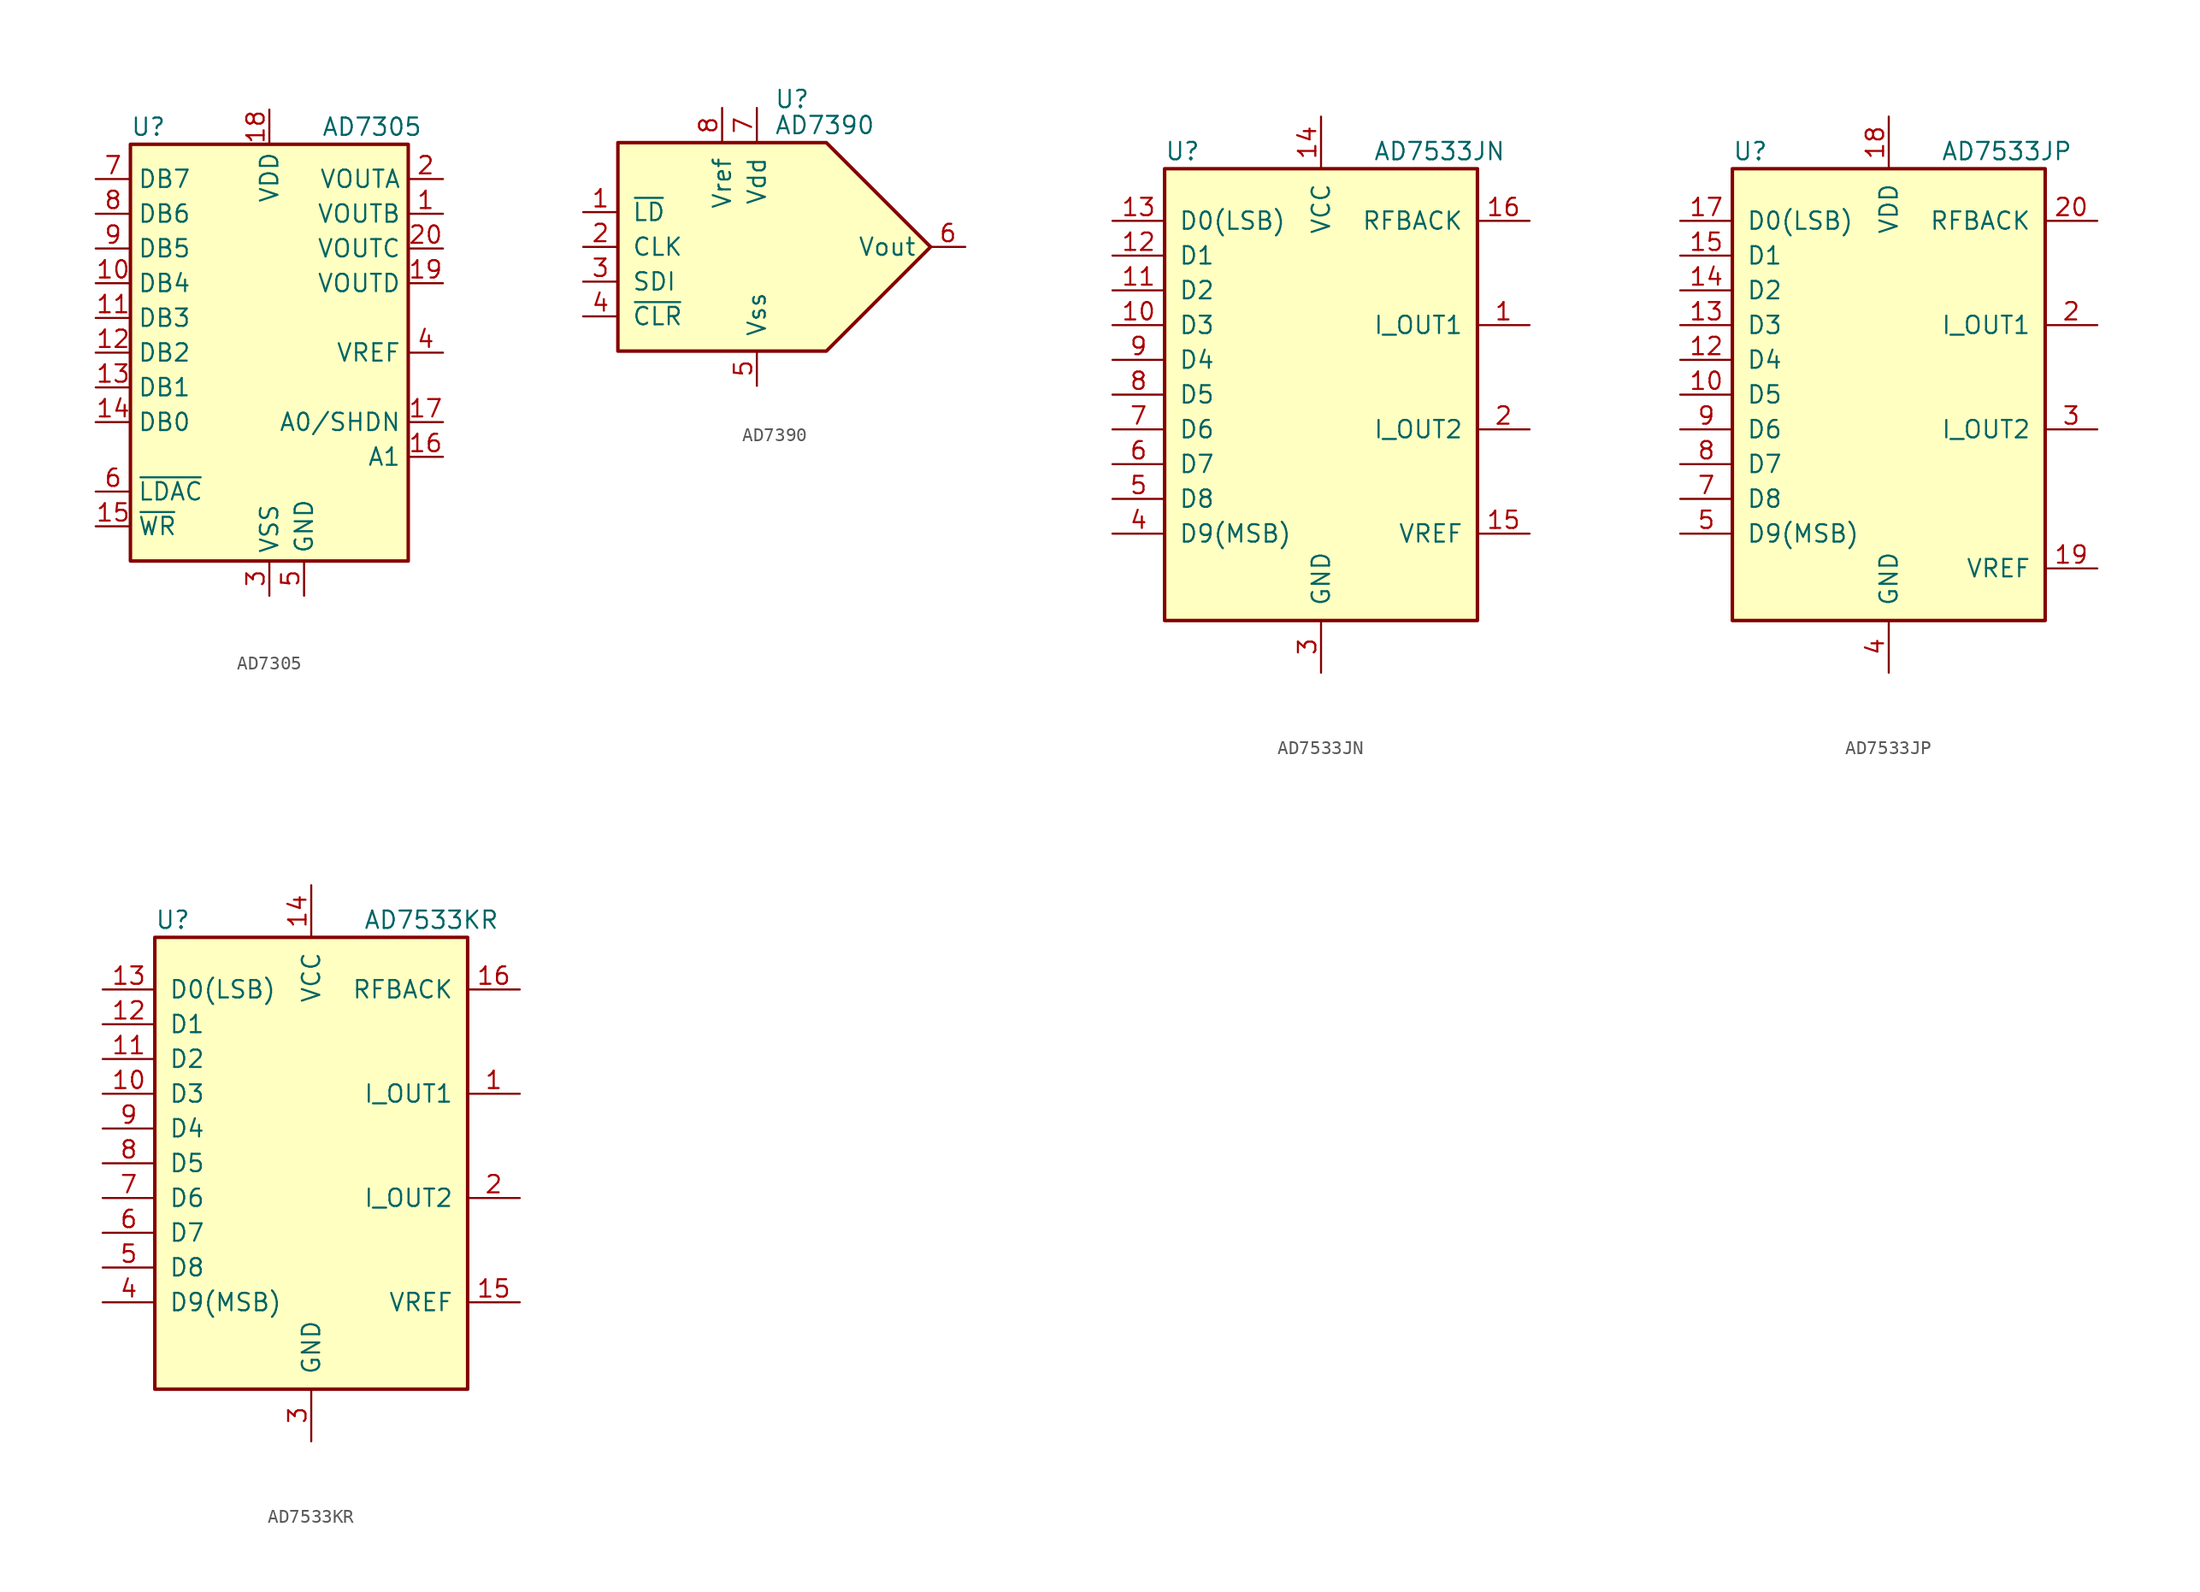
<source format=kicad_sym>
(kicad_symbol_lib
  (version 20201005)
  (generator kicad_symbol_editor)
  (symbol "Analog_DAC:AD7305"
    (property "Reference" "U"
      (at -10.16 16.51 0)
      (effects (font (size 1.27 1.27)) (justify left)))
    (property "Value" "AD7305"
      (at 3.81 16.51 0)
      (effects (font (size 1.27 1.27)) (justify left)))
    (symbol "AD7305_0_1"
      (rectangle (start -10.16 15.24) (end 10.16 -15.24) (stroke (width 0.254)) (fill (type background))))
    (symbol "AD7305_1_1"
      (pin output line (at 12.7 10.16 180) (length 2.54) (name "VOUTB" (effects (font (size 1.27 1.27)))) (number "1" (effects (font (size 1.27 1.27)))))
      (pin input line (at -12.7 5.08 0) (length 2.54) (name "DB4" (effects (font (size 1.27 1.27)))) (number "10" (effects (font (size 1.27 1.27)))))
      (pin input line (at -12.7 2.54 0) (length 2.54) (name "DB3" (effects (font (size 1.27 1.27)))) (number "11" (effects (font (size 1.27 1.27)))))
      (pin input line (at -12.7 0 0) (length 2.54) (name "DB2" (effects (font (size 1.27 1.27)))) (number "12" (effects (font (size 1.27 1.27)))))
      (pin input line (at -12.7 -2.54 0) (length 2.54) (name "DB1" (effects (font (size 1.27 1.27)))) (number "13" (effects (font (size 1.27 1.27)))))
      (pin input line (at -12.7 -5.08 0) (length 2.54) (name "DB0" (effects (font (size 1.27 1.27)))) (number "14" (effects (font (size 1.27 1.27)))))
      (pin output line (at -12.7 -12.7 0) (length 2.54) (name "~WR" (effects (font (size 1.27 1.27)))) (number "15" (effects (font (size 1.27 1.27)))))
      (pin input line (at 12.7 -7.62 180) (length 2.54) (name "A1" (effects (font (size 1.27 1.27)))) (number "16" (effects (font (size 1.27 1.27)))))
      (pin input line (at 12.7 -5.08 180) (length 2.54) (name "A0/SHDN" (effects (font (size 1.27 1.27)))) (number "17" (effects (font (size 1.27 1.27)))))
      (pin power_in line (at 0 17.78 270) (length 2.54) (name "VDD" (effects (font (size 1.27 1.27)))) (number "18" (effects (font (size 1.27 1.27)))))
      (pin output line (at 12.7 5.08 180) (length 2.54) (name "VOUTD" (effects (font (size 1.27 1.27)))) (number "19" (effects (font (size 1.27 1.27)))))
      (pin output line (at 12.7 12.7 180) (length 2.54) (name "VOUTA" (effects (font (size 1.27 1.27)))) (number "2" (effects (font (size 1.27 1.27)))))
      (pin output line (at 12.7 7.62 180) (length 2.54) (name "VOUTC" (effects (font (size 1.27 1.27)))) (number "20" (effects (font (size 1.27 1.27)))))
      (pin power_in line (at 0 -17.78 90) (length 2.54) (name "VSS" (effects (font (size 1.27 1.27)))) (number "3" (effects (font (size 1.27 1.27)))))
      (pin input line (at 12.7 0 180) (length 2.54) (name "VREF" (effects (font (size 1.27 1.27)))) (number "4" (effects (font (size 1.27 1.27)))))
      (pin power_in line (at 2.54 -17.78 90) (length 2.54) (name "GND" (effects (font (size 1.27 1.27)))) (number "5" (effects (font (size 1.27 1.27)))))
      (pin input line (at -12.7 -10.16 0) (length 2.54) (name "~LDAC" (effects (font (size 1.27 1.27)))) (number "6" (effects (font (size 1.27 1.27)))))
      (pin input line (at -12.7 12.7 0) (length 2.54) (name "DB7" (effects (font (size 1.27 1.27)))) (number "7" (effects (font (size 1.27 1.27)))))
      (pin input line (at -12.7 10.16 0) (length 2.54) (name "DB6" (effects (font (size 1.27 1.27)))) (number "8" (effects (font (size 1.27 1.27)))))
      (pin input line (at -12.7 7.62 0) (length 2.54) (name "DB5" (effects (font (size 1.27 1.27)))) (number "9" (effects (font (size 1.27 1.27)))))))
  (symbol "Analog_DAC:AD7390"
    (pin_names
      (offset 1.016))
    (property "Reference" "U"
      (at 1.27 10.795 0)
      (effects (font (size 1.27 1.27)) (justify left)))
    (property "Value" "AD7390"
      (at 1.27 8.89 0)
      (effects (font (size 1.27 1.27)) (justify left)))
    (symbol "AD7390_0_0"
      (polyline (pts (xy 12.7 0) (xy 5.08 7.62) (xy -10.16 7.62) (xy -10.16 -7.62) (xy 5.08 -7.62) (xy 12.7 0)) (stroke (width 0.254)) (fill (type background))))
    (symbol "AD7390_1_1"
      (pin input line (at -12.7 2.54 0) (length 2.54) (name "~LD" (effects (font (size 1.27 1.27)))) (number "1" (effects (font (size 1.27 1.27)))))
      (pin input line (at -12.7 0 0) (length 2.54) (name "CLK" (effects (font (size 1.27 1.27)))) (number "2" (effects (font (size 1.27 1.27)))))
      (pin input line (at -12.7 -2.54 0) (length 2.54) (name "SDI" (effects (font (size 1.27 1.27)))) (number "3" (effects (font (size 1.27 1.27)))))
      (pin input line (at -12.7 -5.08 0) (length 2.54) (name "~CLR" (effects (font (size 1.27 1.27)))) (number "4" (effects (font (size 1.27 1.27)))))
      (pin power_in line (at 0 -10.16 90) (length 2.54) (name "Vss" (effects (font (size 1.27 1.27)))) (number "5" (effects (font (size 1.27 1.27)))))
      (pin output line (at 15.24 0 180) (length 2.54) (name "Vout" (effects (font (size 1.27 1.27)))) (number "6" (effects (font (size 1.27 1.27)))))
      (pin power_in line (at 0 10.16 270) (length 2.54) (name "Vdd" (effects (font (size 1.27 1.27)))) (number "7" (effects (font (size 1.27 1.27)))))
      (pin input line (at -2.54 10.16 270) (length 2.54) (name "Vref" (effects (font (size 1.27 1.27)))) (number "8" (effects (font (size 1.27 1.27)))))))
  (symbol "Analog_DAC:AD7533JN"
    (pin_names
      (offset 1.016))
    (property "Reference" "U"
      (at -11.43 17.78 0)
      (effects (font (size 1.27 1.27)) (justify left)))
    (property "Value" "AD7533JN"
      (at 3.81 17.78 0)
      (effects (font (size 1.27 1.27)) (justify left)))
    (symbol "AD7533JN_0_1"
      (rectangle (start -11.43 -16.51) (end 11.43 16.51) (stroke (width 0.254)) (fill (type background))))
    (symbol "AD7533JN_1_1"
      (pin passive line (at 15.24 5.08 180) (length 3.81) (name "I_OUT1" (effects (font (size 1.27 1.27)))) (number "1" (effects (font (size 1.27 1.27)))))
      (pin input line (at -15.24 5.08 0) (length 3.81) (name "D3" (effects (font (size 1.27 1.27)))) (number "10" (effects (font (size 1.27 1.27)))))
      (pin input line (at -15.24 7.62 0) (length 3.81) (name "D2" (effects (font (size 1.27 1.27)))) (number "11" (effects (font (size 1.27 1.27)))))
      (pin input line (at -15.24 10.16 0) (length 3.81) (name "D1" (effects (font (size 1.27 1.27)))) (number "12" (effects (font (size 1.27 1.27)))))
      (pin input line (at -15.24 12.7 0) (length 3.81) (name "D0(LSB)" (effects (font (size 1.27 1.27)))) (number "13" (effects (font (size 1.27 1.27)))))
      (pin power_in line (at 0 20.32 270) (length 3.81) (name "VCC" (effects (font (size 1.27 1.27)))) (number "14" (effects (font (size 1.27 1.27)))))
      (pin passive line (at 15.24 -10.16 180) (length 3.81) (name "VREF" (effects (font (size 1.27 1.27)))) (number "15" (effects (font (size 1.27 1.27)))))
      (pin passive line (at 15.24 12.7 180) (length 3.81) (name "RFBACK" (effects (font (size 1.27 1.27)))) (number "16" (effects (font (size 1.27 1.27)))))
      (pin passive line (at 15.24 -2.54 180) (length 3.81) (name "I_OUT2" (effects (font (size 1.27 1.27)))) (number "2" (effects (font (size 1.27 1.27)))))
      (pin power_in line (at 0 -20.32 90) (length 3.81) (name "GND" (effects (font (size 1.27 1.27)))) (number "3" (effects (font (size 1.27 1.27)))))
      (pin input line (at -15.24 -10.16 0) (length 3.81) (name "D9(MSB)" (effects (font (size 1.27 1.27)))) (number "4" (effects (font (size 1.27 1.27)))))
      (pin input line (at -15.24 -7.62 0) (length 3.81) (name "D8" (effects (font (size 1.27 1.27)))) (number "5" (effects (font (size 1.27 1.27)))))
      (pin input line (at -15.24 -5.08 0) (length 3.81) (name "D7" (effects (font (size 1.27 1.27)))) (number "6" (effects (font (size 1.27 1.27)))))
      (pin input line (at -15.24 -2.54 0) (length 3.81) (name "D6" (effects (font (size 1.27 1.27)))) (number "7" (effects (font (size 1.27 1.27)))))
      (pin input line (at -15.24 0 0) (length 3.81) (name "D5" (effects (font (size 1.27 1.27)))) (number "8" (effects (font (size 1.27 1.27)))))
      (pin input line (at -15.24 2.54 0) (length 3.81) (name "D4" (effects (font (size 1.27 1.27)))) (number "9" (effects (font (size 1.27 1.27)))))))
  (symbol "Analog_DAC:AD7533JP"
    (pin_names
      (offset 1.016))
    (property "Reference" "U"
      (at -11.43 17.78 0)
      (effects (font (size 1.27 1.27)) (justify left)))
    (property "Value" "AD7533JP"
      (at 3.81 17.78 0)
      (effects (font (size 1.27 1.27)) (justify left)))
    (symbol "AD7533JP_0_1"
      (rectangle (start -11.43 -16.51) (end 11.43 16.51) (stroke (width 0.254)) (fill (type background))))
    (symbol "AD7533JP_1_1"
      (pin input line (at -15.24 0 0) (length 3.81) (name "D5" (effects (font (size 1.27 1.27)))) (number "10" (effects (font (size 1.27 1.27)))))
      (pin input line (at -15.24 2.54 0) (length 3.81) (name "D4" (effects (font (size 1.27 1.27)))) (number "12" (effects (font (size 1.27 1.27)))))
      (pin input line (at -15.24 5.08 0) (length 3.81) (name "D3" (effects (font (size 1.27 1.27)))) (number "13" (effects (font (size 1.27 1.27)))))
      (pin input line (at -15.24 7.62 0) (length 3.81) (name "D2" (effects (font (size 1.27 1.27)))) (number "14" (effects (font (size 1.27 1.27)))))
      (pin input line (at -15.24 10.16 0) (length 3.81) (name "D1" (effects (font (size 1.27 1.27)))) (number "15" (effects (font (size 1.27 1.27)))))
      (pin input line (at -15.24 12.7 0) (length 3.81) (name "D0(LSB)" (effects (font (size 1.27 1.27)))) (number "17" (effects (font (size 1.27 1.27)))))
      (pin power_in line (at 0 20.32 270) (length 3.81) (name "VDD" (effects (font (size 1.27 1.27)))) (number "18" (effects (font (size 1.27 1.27)))))
      (pin passive line (at 15.24 -12.7 180) (length 3.81) (name "VREF" (effects (font (size 1.27 1.27)))) (number "19" (effects (font (size 1.27 1.27)))))
      (pin passive line (at 15.24 5.08 180) (length 3.81) (name "I_OUT1" (effects (font (size 1.27 1.27)))) (number "2" (effects (font (size 1.27 1.27)))))
      (pin passive line (at 15.24 12.7 180) (length 3.81) (name "RFBACK" (effects (font (size 1.27 1.27)))) (number "20" (effects (font (size 1.27 1.27)))))
      (pin passive line (at 15.24 -2.54 180) (length 3.81) (name "I_OUT2" (effects (font (size 1.27 1.27)))) (number "3" (effects (font (size 1.27 1.27)))))
      (pin power_in line (at 0 -20.32 90) (length 3.81) (name "GND" (effects (font (size 1.27 1.27)))) (number "4" (effects (font (size 1.27 1.27)))))
      (pin input line (at -15.24 -10.16 0) (length 3.81) (name "D9(MSB)" (effects (font (size 1.27 1.27)))) (number "5" (effects (font (size 1.27 1.27)))))
      (pin input line (at -15.24 -7.62 0) (length 3.81) (name "D8" (effects (font (size 1.27 1.27)))) (number "7" (effects (font (size 1.27 1.27)))))
      (pin input line (at -15.24 -5.08 0) (length 3.81) (name "D7" (effects (font (size 1.27 1.27)))) (number "8" (effects (font (size 1.27 1.27)))))
      (pin input line (at -15.24 -2.54 0) (length 3.81) (name "D6" (effects (font (size 1.27 1.27)))) (number "9" (effects (font (size 1.27 1.27)))))))
  (symbol "Analog_DAC:AD7533KR"
    (pin_names
      (offset 1.016))
    (property "Reference" "U"
      (at -11.43 17.78 0)
      (effects (font (size 1.27 1.27)) (justify left)))
    (property "Value" "AD7533KR"
      (at 3.81 17.78 0)
      (effects (font (size 1.27 1.27)) (justify left)))
    (symbol "AD7533KR_0_1"
      (rectangle (start -11.43 -16.51) (end 11.43 16.51) (stroke (width 0.254)) (fill (type background))))
    (symbol "AD7533KR_1_1"
      (pin passive line (at 15.24 5.08 180) (length 3.81) (name "I_OUT1" (effects (font (size 1.27 1.27)))) (number "1" (effects (font (size 1.27 1.27)))))
      (pin input line (at -15.24 5.08 0) (length 3.81) (name "D3" (effects (font (size 1.27 1.27)))) (number "10" (effects (font (size 1.27 1.27)))))
      (pin input line (at -15.24 7.62 0) (length 3.81) (name "D2" (effects (font (size 1.27 1.27)))) (number "11" (effects (font (size 1.27 1.27)))))
      (pin input line (at -15.24 10.16 0) (length 3.81) (name "D1" (effects (font (size 1.27 1.27)))) (number "12" (effects (font (size 1.27 1.27)))))
      (pin input line (at -15.24 12.7 0) (length 3.81) (name "D0(LSB)" (effects (font (size 1.27 1.27)))) (number "13" (effects (font (size 1.27 1.27)))))
      (pin power_in line (at 0 20.32 270) (length 3.81) (name "VCC" (effects (font (size 1.27 1.27)))) (number "14" (effects (font (size 1.27 1.27)))))
      (pin passive line (at 15.24 -10.16 180) (length 3.81) (name "VREF" (effects (font (size 1.27 1.27)))) (number "15" (effects (font (size 1.27 1.27)))))
      (pin passive line (at 15.24 12.7 180) (length 3.81) (name "RFBACK" (effects (font (size 1.27 1.27)))) (number "16" (effects (font (size 1.27 1.27)))))
      (pin passive line (at 15.24 -2.54 180) (length 3.81) (name "I_OUT2" (effects (font (size 1.27 1.27)))) (number "2" (effects (font (size 1.27 1.27)))))
      (pin power_in line (at 0 -20.32 90) (length 3.81) (name "GND" (effects (font (size 1.27 1.27)))) (number "3" (effects (font (size 1.27 1.27)))))
      (pin input line (at -15.24 -10.16 0) (length 3.81) (name "D9(MSB)" (effects (font (size 1.27 1.27)))) (number "4" (effects (font (size 1.27 1.27)))))
      (pin input line (at -15.24 -7.62 0) (length 3.81) (name "D8" (effects (font (size 1.27 1.27)))) (number "5" (effects (font (size 1.27 1.27)))))
      (pin input line (at -15.24 -5.08 0) (length 3.81) (name "D7" (effects (font (size 1.27 1.27)))) (number "6" (effects (font (size 1.27 1.27)))))
      (pin input line (at -15.24 -2.54 0) (length 3.81) (name "D6" (effects (font (size 1.27 1.27)))) (number "7" (effects (font (size 1.27 1.27)))))
      (pin input line (at -15.24 0 0) (length 3.81) (name "D5" (effects (font (size 1.27 1.27)))) (number "8" (effects (font (size 1.27 1.27)))))
      (pin input line (at -15.24 2.54 0) (length 3.81) (name "D4" (effects (font (size 1.27 1.27)))) (number "9" (effects (font (size 1.27 1.27))))))))
</source>
